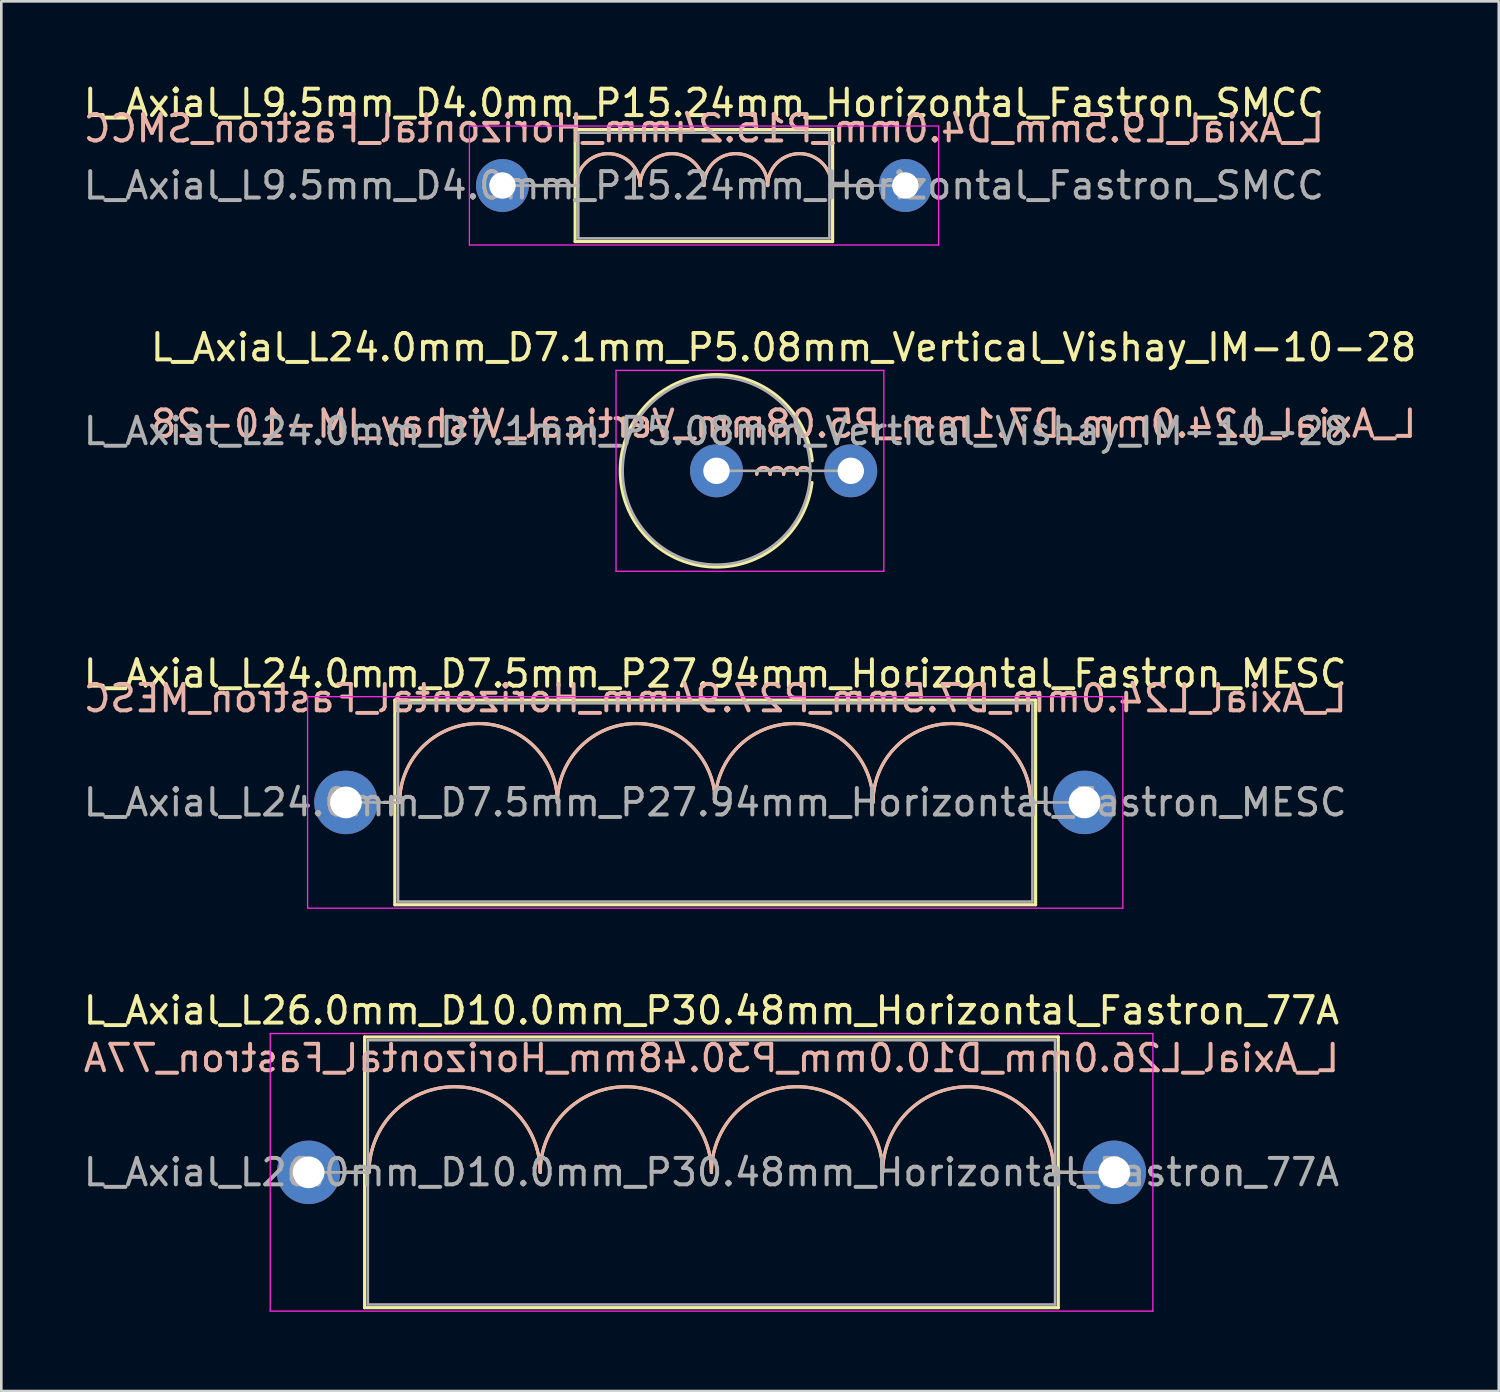
<source format=kicad_pcb>
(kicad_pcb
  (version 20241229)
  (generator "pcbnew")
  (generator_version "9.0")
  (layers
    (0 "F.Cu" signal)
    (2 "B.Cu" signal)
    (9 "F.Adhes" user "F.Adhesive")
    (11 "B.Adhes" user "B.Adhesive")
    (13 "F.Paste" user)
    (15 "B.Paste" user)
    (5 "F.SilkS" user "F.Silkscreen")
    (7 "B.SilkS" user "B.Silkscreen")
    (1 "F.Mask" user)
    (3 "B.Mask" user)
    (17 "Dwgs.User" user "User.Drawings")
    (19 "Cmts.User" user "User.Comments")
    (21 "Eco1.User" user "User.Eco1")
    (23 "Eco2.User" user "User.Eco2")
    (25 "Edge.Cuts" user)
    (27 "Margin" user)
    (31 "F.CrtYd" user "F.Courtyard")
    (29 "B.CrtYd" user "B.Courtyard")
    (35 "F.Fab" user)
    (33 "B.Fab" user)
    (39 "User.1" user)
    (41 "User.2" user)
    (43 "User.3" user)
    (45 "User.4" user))
  (footprint "L_Axial_L24.0mm_D7.1mm_P5.08mm_Vertical_Vishay_IM-10-28"
    (layer "F.Cu")
    (at 24.054 14.761)
    (property "Reference" "L_Axial_L24.0mm_D7.1mm_P5.08mm_Vertical_Vishay_IM-10-28" (at 2.54 -4.67 0) (layer "F.SilkS") (effects (font (size 1 1) (thickness 0.15))))
    (fp_arc (start 1.524 0.127) (mid 1.778 -0.127) (end 2.032 0.127) (stroke (width 0.12) (type solid)) (layer "F.SilkS"))
    (fp_arc (start 2.032 0.127) (mid 2.286 -0.127) (end 2.54 0.127) (stroke (width 0.12) (type solid)) (layer "F.SilkS"))
    (fp_arc (start 2.54 0.127) (mid 2.794 -0.127) (end 3.048 0.127) (stroke (width 0.12) (type solid)) (layer "F.SilkS"))
    (fp_arc (start 3.048 0.127) (mid 3.302 -0.127) (end 3.556 0.127) (stroke (width 0.12) (type solid)) (layer "F.SilkS"))
    (fp_arc (start 3.612358 0.443624) (mid -3.63936 -0.031515) (end 3.619499 -0.380999) (stroke (width 0.12) (type solid)) (layer "F.SilkS"))
    (fp_arc (start 1.524 0.127) (mid 1.778 -0.127) (end 2.032 0.127) (stroke (width 0.12) (type solid)) (layer "B.SilkS"))
    (fp_arc (start 2.032 0.127) (mid 2.286 -0.127) (end 2.54 0.127) (stroke (width 0.12) (type solid)) (layer "B.SilkS"))
    (fp_arc (start 2.54 0.127) (mid 2.794 -0.127) (end 3.048 0.127) (stroke (width 0.12) (type solid)) (layer "B.SilkS"))
    (fp_arc (start 3.048 0.127) (mid 3.302 -0.127) (end 3.556 0.127) (stroke (width 0.12) (type solid)) (layer "B.SilkS"))
    (fp_line (start -3.8 -3.8) (end -3.8 3.8) (stroke (width 0.05) (type solid)) (layer "F.CrtYd"))
    (fp_line (start -3.8 3.8) (end 6.33 3.8) (stroke (width 0.05) (type solid)) (layer "F.CrtYd"))
    (fp_line (start 6.33 -3.8) (end -3.8 -3.8) (stroke (width 0.05) (type solid)) (layer "F.CrtYd"))
    (fp_line (start 6.33 3.8) (end 6.33 -3.8) (stroke (width 0.05) (type solid)) (layer "F.CrtYd"))
    (fp_line (start 0 0) (end 5.08 0) (stroke (width 0.1) (type solid)) (layer "F.Fab"))
    (fp_circle (center 0 0) (end 3.55 0) (stroke (width 0.1) (type solid)) (fill no) (layer "F.Fab"))
    (fp_text user "${REFERENCE}" (at 2.54 -1.778 0) (layer "B.SilkS") (effects (font (size 1 1) (thickness 0.15)) (justify mirror)))
    (fp_text user "${REFERENCE}" (at 0 -1.5 0) (layer "F.Fab") (effects (font (size 1 1) (thickness 0.15))))
    (pad "1" thru_hole circle (at 0 0) (size 2 2) (drill 1) (layers "*.Cu" "*.Mask"))
    (pad "2" thru_hole oval (at 5.08 0) (size 2 2) (drill 1) (layers "*.Cu" "*.Mask")))
  (footprint "L_Axial_L9.5mm_D4.0mm_P15.24mm_Horizontal_Fastron_SMCC"
    (layer "F.Cu")
    (at 15.957 3.968)
    (property "Reference" "L_Axial_L9.5mm_D4.0mm_P15.24mm_Horizontal_Fastron_SMCC" (at 7.62 -3.12 0) (layer "F.SilkS") (effects (font (size 1 1) (thickness 0.15))))
    (fp_line (start 1.24 0) (end 2.75 0) (stroke (width 0.12) (type solid)) (layer "F.SilkS"))
    (fp_line (start 2.75 -2.12) (end 2.75 2.12) (stroke (width 0.12) (type solid)) (layer "F.SilkS"))
    (fp_line (start 2.75 2.12) (end 12.49 2.12) (stroke (width 0.12) (type solid)) (layer "F.SilkS"))
    (fp_line (start 12.446 0) (end 12.49 0) (stroke (width 0.12) (type solid)) (layer "F.SilkS"))
    (fp_line (start 12.49 -2.12) (end 2.75 -2.12) (stroke (width 0.12) (type solid)) (layer "F.SilkS"))
    (fp_line (start 12.49 2.12) (end 12.49 -2.12) (stroke (width 0.12) (type solid)) (layer "F.SilkS"))
    (fp_line (start 14 0) (end 12.49 0) (stroke (width 0.12) (type solid)) (layer "F.SilkS"))
    (fp_arc (start 2.794 0) (mid 4.0005 -1.2065) (end 5.207 0) (stroke (width 0.12) (type solid)) (layer "F.SilkS"))
    (fp_arc (start 5.207 0) (mid 6.4135 -1.2065) (end 7.62 0) (stroke (width 0.12) (type solid)) (layer "F.SilkS"))
    (fp_arc (start 7.62 0) (mid 8.8265 -1.2065) (end 10.033 0) (stroke (width 0.12) (type solid)) (layer "F.SilkS"))
    (fp_arc (start 10.033 0) (mid 11.2395 -1.2065) (end 12.446 0) (stroke (width 0.12) (type solid)) (layer "F.SilkS"))
    (fp_line (start 1.24 0) (end 2.75 0) (stroke (width 0.12) (type solid)) (layer "B.SilkS"))
    (fp_line (start 2.794 0) (end 2.75 0) (stroke (width 0.12) (type solid)) (layer "B.SilkS"))
    (fp_line (start 14 0) (end 12.49 0) (stroke (width 0.12) (type solid)) (layer "B.SilkS"))
    (fp_arc (start 2.794 0) (mid 4.0005 -1.2065) (end 5.207 0) (stroke (width 0.12) (type solid)) (layer "B.SilkS"))
    (fp_arc (start 5.207 0) (mid 6.4135 -1.2065) (end 7.62 0) (stroke (width 0.12) (type solid)) (layer "B.SilkS"))
    (fp_arc (start 7.62 0) (mid 8.8265 -1.2065) (end 10.033 0) (stroke (width 0.12) (type solid)) (layer "B.SilkS"))
    (fp_arc (start 10.033 0) (mid 11.2395 -1.2065) (end 12.446 0) (stroke (width 0.12) (type solid)) (layer "B.SilkS"))
    (fp_line (start -1.25 -2.25) (end -1.25 2.25) (stroke (width 0.05) (type solid)) (layer "F.CrtYd"))
    (fp_line (start -1.25 2.25) (end 16.5 2.25) (stroke (width 0.05) (type solid)) (layer "F.CrtYd"))
    (fp_line (start 16.5 -2.25) (end -1.25 -2.25) (stroke (width 0.05) (type solid)) (layer "F.CrtYd"))
    (fp_line (start 16.5 2.25) (end 16.5 -2.25) (stroke (width 0.05) (type solid)) (layer "F.CrtYd"))
    (fp_line (start 0 0) (end 2.87 0) (stroke (width 0.1) (type solid)) (layer "F.Fab"))
    (fp_line (start 2.87 -2) (end 2.87 2) (stroke (width 0.1) (type solid)) (layer "F.Fab"))
    (fp_line (start 2.87 2) (end 12.37 2) (stroke (width 0.1) (type solid)) (layer "F.Fab"))
    (fp_line (start 12.37 -2) (end 2.87 -2) (stroke (width 0.1) (type solid)) (layer "F.Fab"))
    (fp_line (start 12.37 2) (end 12.37 -2) (stroke (width 0.1) (type solid)) (layer "F.Fab"))
    (fp_line (start 15.24 0) (end 12.37 0) (stroke (width 0.1) (type solid)) (layer "F.Fab"))
    (fp_text user "${REFERENCE}" (at 7.62 -2.159 0) (layer "B.SilkS") (effects (font (size 1 1) (thickness 0.15)) (justify mirror)))
    (fp_text user "${REFERENCE}" (at 7.62 0 0) (layer "F.Fab") (effects (font (size 1 1) (thickness 0.15))))
    (pad "1" thru_hole circle (at 0 0) (size 2 2) (drill 1) (layers "*.Cu" "*.Mask"))
    (pad "2" thru_hole oval (at 15.24 0) (size 2 2) (drill 1) (layers "*.Cu" "*.Mask")))
  (footprint "L_Axial_L24.0mm_D7.5mm_P27.94mm_Horizontal_Fastron_MESC"
    (layer "F.Cu")
    (at 10.036 27.305)
    (property "Reference" "L_Axial_L24.0mm_D7.5mm_P27.94mm_Horizontal_Fastron_MESC" (at 13.97 -4.87 0) (layer "F.SilkS") (effects (font (size 1 1) (thickness 0.15))))
    (fp_line (start 1.44 0) (end 1.85 0) (stroke (width 0.12) (type solid)) (layer "F.SilkS"))
    (fp_line (start 1.85 -3.87) (end 1.85 3.87) (stroke (width 0.12) (type solid)) (layer "F.SilkS"))
    (fp_line (start 1.85 3.87) (end 26.09 3.87) (stroke (width 0.12) (type solid)) (layer "F.SilkS"))
    (fp_line (start 2.032 0) (end 1.85 0) (stroke (width 0.12) (type solid)) (layer "F.SilkS"))
    (fp_line (start 25.908 0) (end 26.09 0) (stroke (width 0.12) (type solid)) (layer "F.SilkS"))
    (fp_line (start 26.09 -3.87) (end 1.85 -3.87) (stroke (width 0.12) (type solid)) (layer "F.SilkS"))
    (fp_line (start 26.09 3.87) (end 26.09 -3.87) (stroke (width 0.12) (type solid)) (layer "F.SilkS"))
    (fp_line (start 26.5 0) (end 26.09 0) (stroke (width 0.12) (type solid)) (layer "F.SilkS"))
    (fp_arc (start 2.032 0) (mid 5.0165 -2.9845) (end 8.001 0) (stroke (width 0.12) (type solid)) (layer "F.SilkS"))
    (fp_arc (start 8.001 0) (mid 10.9855 -2.9845) (end 13.97 0) (stroke (width 0.12) (type solid)) (layer "F.SilkS"))
    (fp_arc (start 13.97 0) (mid 16.9545 -2.9845) (end 19.939 0) (stroke (width 0.12) (type solid)) (layer "F.SilkS"))
    (fp_arc (start 19.939 0) (mid 22.9235 -2.9845) (end 25.908 0) (stroke (width 0.12) (type solid)) (layer "F.SilkS"))
    (fp_line (start 1.44 0) (end 1.85 0) (stroke (width 0.12) (type solid)) (layer "B.SilkS"))
    (fp_line (start 2.032 0) (end 1.85 0) (stroke (width 0.12) (type solid)) (layer "B.SilkS"))
    (fp_line (start 25.908 0) (end 26.09 0) (stroke (width 0.12) (type solid)) (layer "B.SilkS"))
    (fp_line (start 26.5 0) (end 26.09 0) (stroke (width 0.12) (type solid)) (layer "B.SilkS"))
    (fp_arc (start 2.032 0) (mid 5.0165 -2.9845) (end 8.001 0) (stroke (width 0.12) (type solid)) (layer "B.SilkS"))
    (fp_arc (start 8.001 0) (mid 10.9855 -2.9845) (end 13.97 0) (stroke (width 0.12) (type solid)) (layer "B.SilkS"))
    (fp_arc (start 13.97 0) (mid 16.9545 -2.9845) (end 19.939 0) (stroke (width 0.12) (type solid)) (layer "B.SilkS"))
    (fp_arc (start 19.939 0) (mid 22.9235 -2.9845) (end 25.908 0) (stroke (width 0.12) (type solid)) (layer "B.SilkS"))
    (fp_line (start -1.45 -4) (end -1.45 4) (stroke (width 0.05) (type solid)) (layer "F.CrtYd"))
    (fp_line (start -1.45 4) (end 29.39 4) (stroke (width 0.05) (type solid)) (layer "F.CrtYd"))
    (fp_line (start 29.39 -4) (end -1.45 -4) (stroke (width 0.05) (type solid)) (layer "F.CrtYd"))
    (fp_line (start 29.39 4) (end 29.39 -4) (stroke (width 0.05) (type solid)) (layer "F.CrtYd"))
    (fp_line (start 0 0) (end 1.97 0) (stroke (width 0.1) (type solid)) (layer "F.Fab"))
    (fp_line (start 1.97 -3.75) (end 1.97 3.75) (stroke (width 0.1) (type solid)) (layer "F.Fab"))
    (fp_line (start 1.97 3.75) (end 25.97 3.75) (stroke (width 0.1) (type solid)) (layer "F.Fab"))
    (fp_line (start 25.97 -3.75) (end 1.97 -3.75) (stroke (width 0.1) (type solid)) (layer "F.Fab"))
    (fp_line (start 25.97 3.75) (end 25.97 -3.75) (stroke (width 0.1) (type solid)) (layer "F.Fab"))
    (fp_line (start 27.94 0) (end 25.97 0) (stroke (width 0.1) (type solid)) (layer "F.Fab"))
    (fp_text user "${REFERENCE}" (at 13.97 -3.937 0) (layer "B.SilkS") (effects (font (size 1 1) (thickness 0.15)) (justify mirror)))
    (fp_text user "${REFERENCE}" (at 13.97 0 0) (layer "F.Fab") (effects (font (size 1 1) (thickness 0.15))))
    (pad "1" thru_hole circle (at 0 0) (size 2.4 2.4) (drill 1.2) (layers "*.Cu" "*.Mask"))
    (pad "2" thru_hole oval (at 27.94 0) (size 2.4 2.4) (drill 1.2) (layers "*.Cu" "*.Mask")))
  (footprint "L_Axial_L26.0mm_D10.0mm_P30.48mm_Horizontal_Fastron_77A"
    (layer "F.Cu")
    (at 8.623 41.298)
    (property "Reference" "L_Axial_L26.0mm_D10.0mm_P30.48mm_Horizontal_Fastron_77A" (at 15.24 -6.12 0) (layer "F.SilkS") (effects (font (size 1 1) (thickness 0.15))))
    (fp_line (start 1.44 0) (end 2.12 0) (stroke (width 0.12) (type solid)) (layer "F.SilkS"))
    (fp_line (start 2.12 -5.12) (end 2.12 5.12) (stroke (width 0.12) (type solid)) (layer "F.SilkS"))
    (fp_line (start 2.12 5.12) (end 28.36 5.12) (stroke (width 0.12) (type solid)) (layer "F.SilkS"))
    (fp_line (start 2.286 0) (end 2.12 0) (stroke (width 0.12) (type solid)) (layer "F.SilkS"))
    (fp_line (start 28.194 0) (end 28.321 0) (stroke (width 0.12) (type solid)) (layer "F.SilkS"))
    (fp_line (start 28.36 -5.12) (end 2.12 -5.12) (stroke (width 0.12) (type solid)) (layer "F.SilkS"))
    (fp_line (start 28.36 5.12) (end 28.36 -5.12) (stroke (width 0.12) (type solid)) (layer "F.SilkS"))
    (fp_line (start 29.04 0) (end 28.36 0) (stroke (width 0.12) (type solid)) (layer "F.SilkS"))
    (fp_arc (start 2.286 0) (mid 5.5245 -3.2385) (end 8.763 0) (stroke (width 0.12) (type solid)) (layer "F.SilkS"))
    (fp_arc (start 8.763 0) (mid 12.0015 -3.2385) (end 15.24 0) (stroke (width 0.12) (type solid)) (layer "F.SilkS"))
    (fp_arc (start 15.24 0) (mid 18.4785 -3.2385) (end 21.717 0) (stroke (width 0.12) (type solid)) (layer "F.SilkS"))
    (fp_arc (start 21.717 0) (mid 24.9555 -3.2385) (end 28.194 0) (stroke (width 0.12) (type solid)) (layer "F.SilkS"))
    (fp_line (start 1.44 0) (end 2.12 0) (stroke (width 0.12) (type solid)) (layer "B.SilkS"))
    (fp_line (start 2.286 0) (end 2.159 0) (stroke (width 0.12) (type solid)) (layer "B.SilkS"))
    (fp_line (start 28.194 0) (end 28.36 0) (stroke (width 0.12) (type solid)) (layer "B.SilkS"))
    (fp_line (start 29.04 0) (end 28.36 0) (stroke (width 0.12) (type solid)) (layer "B.SilkS"))
    (fp_arc (start 2.286 0) (mid 5.5245 -3.2385) (end 8.763 0) (stroke (width 0.12) (type solid)) (layer "B.SilkS"))
    (fp_arc (start 8.763 0) (mid 12.0015 -3.2385) (end 15.24 0) (stroke (width 0.12) (type solid)) (layer "B.SilkS"))
    (fp_arc (start 15.24 0) (mid 18.4785 -3.2385) (end 21.717 0) (stroke (width 0.12) (type solid)) (layer "B.SilkS"))
    (fp_arc (start 21.717 0) (mid 24.9555 -3.2385) (end 28.194 0) (stroke (width 0.12) (type solid)) (layer "B.SilkS"))
    (fp_line (start -1.45 -5.25) (end -1.45 5.25) (stroke (width 0.05) (type solid)) (layer "F.CrtYd"))
    (fp_line (start -1.45 5.25) (end 31.94 5.25) (stroke (width 0.05) (type solid)) (layer "F.CrtYd"))
    (fp_line (start 31.94 -5.25) (end -1.45 -5.25) (stroke (width 0.05) (type solid)) (layer "F.CrtYd"))
    (fp_line (start 31.94 5.25) (end 31.94 -5.25) (stroke (width 0.05) (type solid)) (layer "F.CrtYd"))
    (fp_line (start 0 0) (end 2.24 0) (stroke (width 0.1) (type solid)) (layer "F.Fab"))
    (fp_line (start 2.24 -5) (end 2.24 5) (stroke (width 0.1) (type solid)) (layer "F.Fab"))
    (fp_line (start 2.24 5) (end 28.24 5) (stroke (width 0.1) (type solid)) (layer "F.Fab"))
    (fp_line (start 28.24 -5) (end 2.24 -5) (stroke (width 0.1) (type solid)) (layer "F.Fab"))
    (fp_line (start 28.24 5) (end 28.24 -5) (stroke (width 0.1) (type solid)) (layer "F.Fab"))
    (fp_line (start 30.48 0) (end 28.24 0) (stroke (width 0.1) (type solid)) (layer "F.Fab"))
    (fp_text user "${REFERENCE}" (at 15.24 -4.318 0) (layer "B.SilkS") (effects (font (size 1 1) (thickness 0.15)) (justify mirror)))
    (fp_text user "${REFERENCE}" (at 15.24 0 0) (layer "F.Fab") (effects (font (size 1 1) (thickness 0.15))))
    (pad "1" thru_hole circle (at 0 0) (size 2.4 2.4) (drill 1.2) (layers "*.Cu" "*.Mask"))
    (pad "2" thru_hole oval (at 30.48 0) (size 2.4 2.4) (drill 1.2) (layers "*.Cu" "*.Mask")))
  (gr_rect
    (start -3 -3)
    (end 53.647 49.573)
    (stroke (width 0.1) (type default))
    (fill no)
    (layer "Edge.Cuts")))
</source>
